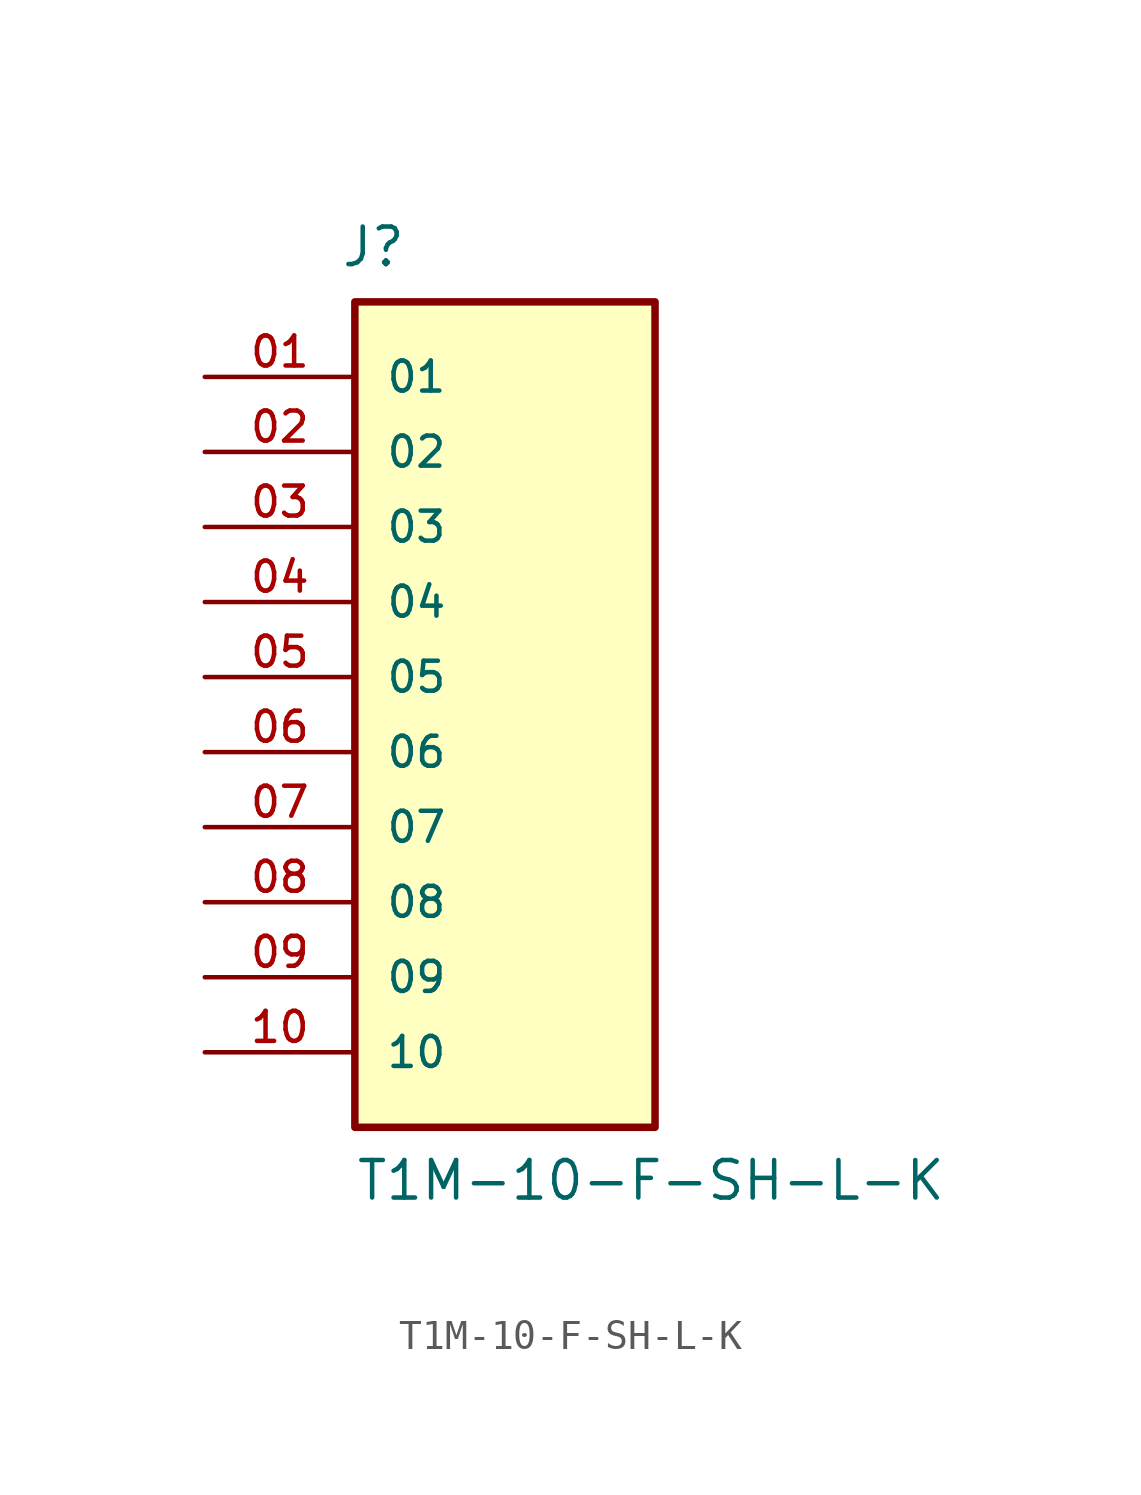
<source format=kicad_sym>
(kicad_symbol_lib
  (version 20211014)
  (generator kicad_symbol_editor)
  (symbol "T1M-10-F-SH-L-K"
    (pin_names
      (offset 1.016))
    (property "Reference" "J"
      (at -5.58 13.816 0)
      (effects (font (size 1.27 1.27)) (justify bottom left)))
    (property "Value" "T1M-10-F-SH-L-K"
      (at -5.08 -17.78 0)
      (effects (font (size 1.27 1.27)) (justify bottom left)))
    (symbol "T1M-10-F-SH-L-K_0_0"
      (rectangle (start -5.08 -15.24) (end 5.08 12.7) (stroke (width 0.254)) (fill (type background)))
      (pin passive line (at -10.16 10.16 0) (length 5.08) (name "01" (effects (font (size 1.016 1.016)))) (number "01" (effects (font (size 1.016 1.016)))))
      (pin passive line (at -10.16 7.62 0) (length 5.08) (name "02" (effects (font (size 1.016 1.016)))) (number "02" (effects (font (size 1.016 1.016)))))
      (pin passive line (at -10.16 5.08 0) (length 5.08) (name "03" (effects (font (size 1.016 1.016)))) (number "03" (effects (font (size 1.016 1.016)))))
      (pin passive line (at -10.16 2.54 0) (length 5.08) (name "04" (effects (font (size 1.016 1.016)))) (number "04" (effects (font (size 1.016 1.016)))))
      (pin passive line (at -10.16 0.0 0) (length 5.08) (name "05" (effects (font (size 1.016 1.016)))) (number "05" (effects (font (size 1.016 1.016)))))
      (pin passive line (at -10.16 -2.54 0) (length 5.08) (name "06" (effects (font (size 1.016 1.016)))) (number "06" (effects (font (size 1.016 1.016)))))
      (pin passive line (at -10.16 -5.08 0) (length 5.08) (name "07" (effects (font (size 1.016 1.016)))) (number "07" (effects (font (size 1.016 1.016)))))
      (pin passive line (at -10.16 -7.62 0) (length 5.08) (name "08" (effects (font (size 1.016 1.016)))) (number "08" (effects (font (size 1.016 1.016)))))
      (pin passive line (at -10.16 -10.16 0) (length 5.08) (name "09" (effects (font (size 1.016 1.016)))) (number "09" (effects (font (size 1.016 1.016)))))
      (pin passive line (at -10.16 -12.7 0) (length 5.08) (name "10" (effects (font (size 1.016 1.016)))) (number "10" (effects (font (size 1.016 1.016))))))))
</source>
